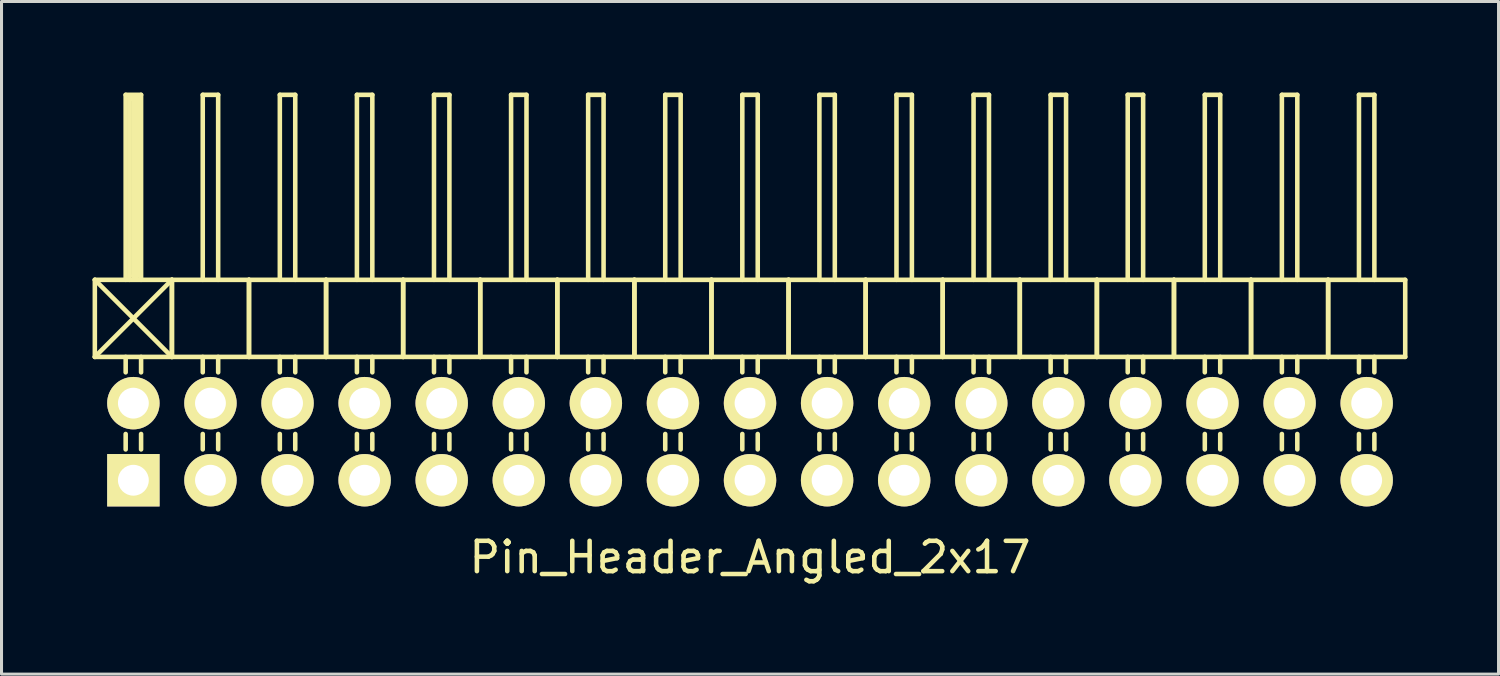
<source format=kicad_pcb>
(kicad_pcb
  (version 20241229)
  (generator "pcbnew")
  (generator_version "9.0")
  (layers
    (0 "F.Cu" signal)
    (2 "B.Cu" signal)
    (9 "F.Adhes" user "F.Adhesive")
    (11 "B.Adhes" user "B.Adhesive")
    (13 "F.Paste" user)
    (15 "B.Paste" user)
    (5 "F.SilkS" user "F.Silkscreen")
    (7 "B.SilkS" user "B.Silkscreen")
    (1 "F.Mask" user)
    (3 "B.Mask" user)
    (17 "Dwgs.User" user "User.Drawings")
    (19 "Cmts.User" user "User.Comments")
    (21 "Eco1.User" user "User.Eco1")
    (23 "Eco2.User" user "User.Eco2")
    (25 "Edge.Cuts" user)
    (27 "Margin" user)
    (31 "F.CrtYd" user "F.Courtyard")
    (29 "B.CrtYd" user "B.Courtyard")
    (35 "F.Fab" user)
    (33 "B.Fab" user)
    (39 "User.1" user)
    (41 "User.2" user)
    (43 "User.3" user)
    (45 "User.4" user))
  (footprint "Pin_Header_Angled_2x17"
    (layer "F.Cu")
    (at 21.665 11.505)
    (property "Reference" "Pin_Header_Angled_2x17" (at 0 3.81 0) (layer "F.SilkS") (effects (font (size 1 1) (thickness 0.15))))
    (attr through_hole)
    (fp_line (start -21.59 -5.334) (end -19.05 -2.794) (stroke (width 0.15) (type solid)) (layer "F.SilkS"))
    (fp_line (start -21.59 -2.794) (end -21.59 -5.334) (stroke (width 0.15) (type solid)) (layer "F.SilkS"))
    (fp_line (start -21.59 -2.794) (end -19.05 -5.334) (stroke (width 0.15) (type solid)) (layer "F.SilkS"))
    (fp_line (start -21.59 -2.794) (end -19.05 -2.794) (stroke (width 0.15) (type solid)) (layer "F.SilkS"))
    (fp_line (start -20.574 -11.43) (end -20.066 -11.43) (stroke (width 0.15) (type solid)) (layer "F.SilkS"))
    (fp_line (start -20.574 -5.334) (end -20.574 -11.43) (stroke (width 0.15) (type solid)) (layer "F.SilkS"))
    (fp_line (start -20.574 -2.794) (end -20.574 -2.286) (stroke (width 0.15) (type solid)) (layer "F.SilkS"))
    (fp_line (start -20.574 -0.254) (end -20.574 0.254) (stroke (width 0.15) (type solid)) (layer "F.SilkS"))
    (fp_line (start -20.447 -11.303) (end -20.193 -11.303) (stroke (width 0.15) (type solid)) (layer "F.SilkS"))
    (fp_line (start -20.447 -5.334) (end -20.447 -11.303) (stroke (width 0.15) (type solid)) (layer "F.SilkS"))
    (fp_line (start -20.32 -5.461) (end -20.32 -11.303) (stroke (width 0.15) (type solid)) (layer "F.SilkS"))
    (fp_line (start -20.193 -11.303) (end -20.193 -5.461) (stroke (width 0.15) (type solid)) (layer "F.SilkS"))
    (fp_line (start -20.193 -5.461) (end -20.32 -5.461) (stroke (width 0.15) (type solid)) (layer "F.SilkS"))
    (fp_line (start -20.066 -11.43) (end -20.066 -5.334) (stroke (width 0.15) (type solid)) (layer "F.SilkS"))
    (fp_line (start -20.066 -2.794) (end -20.066 -2.286) (stroke (width 0.15) (type solid)) (layer "F.SilkS"))
    (fp_line (start -20.066 -0.254) (end -20.066 0.254) (stroke (width 0.15) (type solid)) (layer "F.SilkS"))
    (fp_line (start -19.05 -5.334) (end -21.59 -5.334) (stroke (width 0.15) (type solid)) (layer "F.SilkS"))
    (fp_line (start -19.05 -2.794) (end -19.05 -5.334) (stroke (width 0.15) (type solid)) (layer "F.SilkS"))
    (fp_line (start -19.05 -2.794) (end -19.05 -5.334) (stroke (width 0.15) (type solid)) (layer "F.SilkS"))
    (fp_line (start -19.05 -2.794) (end -16.51 -2.794) (stroke (width 0.15) (type solid)) (layer "F.SilkS"))
    (fp_line (start -18.034 -11.43) (end -17.526 -11.43) (stroke (width 0.15) (type solid)) (layer "F.SilkS"))
    (fp_line (start -18.034 -5.334) (end -18.034 -11.43) (stroke (width 0.15) (type solid)) (layer "F.SilkS"))
    (fp_line (start -18.034 -2.794) (end -18.034 -2.286) (stroke (width 0.15) (type solid)) (layer "F.SilkS"))
    (fp_line (start -18.034 -0.254) (end -18.034 0.254) (stroke (width 0.15) (type solid)) (layer "F.SilkS"))
    (fp_line (start -17.526 -11.43) (end -17.526 -5.334) (stroke (width 0.15) (type solid)) (layer "F.SilkS"))
    (fp_line (start -17.526 -2.794) (end -17.526 -2.286) (stroke (width 0.15) (type solid)) (layer "F.SilkS"))
    (fp_line (start -17.526 -0.254) (end -17.526 0.254) (stroke (width 0.15) (type solid)) (layer "F.SilkS"))
    (fp_line (start -16.51 -5.334) (end -19.05 -5.334) (stroke (width 0.15) (type solid)) (layer "F.SilkS"))
    (fp_line (start -16.51 -2.794) (end -16.51 -5.334) (stroke (width 0.15) (type solid)) (layer "F.SilkS"))
    (fp_line (start -16.51 -2.794) (end -16.51 -5.334) (stroke (width 0.15) (type solid)) (layer "F.SilkS"))
    (fp_line (start -16.51 -2.794) (end -13.97 -2.794) (stroke (width 0.15) (type solid)) (layer "F.SilkS"))
    (fp_line (start -15.494 -11.43) (end -14.986 -11.43) (stroke (width 0.15) (type solid)) (layer "F.SilkS"))
    (fp_line (start -15.494 -5.334) (end -15.494 -11.43) (stroke (width 0.15) (type solid)) (layer "F.SilkS"))
    (fp_line (start -15.494 -2.794) (end -15.494 -2.286) (stroke (width 0.15) (type solid)) (layer "F.SilkS"))
    (fp_line (start -15.494 -0.254) (end -15.494 0.254) (stroke (width 0.15) (type solid)) (layer "F.SilkS"))
    (fp_line (start -14.986 -11.43) (end -14.986 -5.334) (stroke (width 0.15) (type solid)) (layer "F.SilkS"))
    (fp_line (start -14.986 -2.794) (end -14.986 -2.286) (stroke (width 0.15) (type solid)) (layer "F.SilkS"))
    (fp_line (start -14.986 -0.254) (end -14.986 0.254) (stroke (width 0.15) (type solid)) (layer "F.SilkS"))
    (fp_line (start -13.97 -5.334) (end -16.51 -5.334) (stroke (width 0.15) (type solid)) (layer "F.SilkS"))
    (fp_line (start -13.97 -2.794) (end -13.97 -5.334) (stroke (width 0.15) (type solid)) (layer "F.SilkS"))
    (fp_line (start -13.97 -2.794) (end -13.97 -5.334) (stroke (width 0.15) (type solid)) (layer "F.SilkS"))
    (fp_line (start -13.97 -2.794) (end -11.43 -2.794) (stroke (width 0.15) (type solid)) (layer "F.SilkS"))
    (fp_line (start -12.954 -11.43) (end -12.446 -11.43) (stroke (width 0.15) (type solid)) (layer "F.SilkS"))
    (fp_line (start -12.954 -5.334) (end -12.954 -11.43) (stroke (width 0.15) (type solid)) (layer "F.SilkS"))
    (fp_line (start -12.954 -2.794) (end -12.954 -2.286) (stroke (width 0.15) (type solid)) (layer "F.SilkS"))
    (fp_line (start -12.954 -0.254) (end -12.954 0.254) (stroke (width 0.15) (type solid)) (layer "F.SilkS"))
    (fp_line (start -12.446 -11.43) (end -12.446 -5.334) (stroke (width 0.15) (type solid)) (layer "F.SilkS"))
    (fp_line (start -12.446 -2.794) (end -12.446 -2.286) (stroke (width 0.15) (type solid)) (layer "F.SilkS"))
    (fp_line (start -12.446 -0.254) (end -12.446 0.254) (stroke (width 0.15) (type solid)) (layer "F.SilkS"))
    (fp_line (start -11.43 -5.334) (end -13.97 -5.334) (stroke (width 0.15) (type solid)) (layer "F.SilkS"))
    (fp_line (start -11.43 -2.794) (end -11.43 -5.334) (stroke (width 0.15) (type solid)) (layer "F.SilkS"))
    (fp_line (start -11.43 -2.794) (end -11.43 -5.334) (stroke (width 0.15) (type solid)) (layer "F.SilkS"))
    (fp_line (start -11.43 -2.794) (end -8.89 -2.794) (stroke (width 0.15) (type solid)) (layer "F.SilkS"))
    (fp_line (start -10.414 -11.43) (end -9.906 -11.43) (stroke (width 0.15) (type solid)) (layer "F.SilkS"))
    (fp_line (start -10.414 -5.334) (end -10.414 -11.43) (stroke (width 0.15) (type solid)) (layer "F.SilkS"))
    (fp_line (start -10.414 -2.794) (end -10.414 -2.286) (stroke (width 0.15) (type solid)) (layer "F.SilkS"))
    (fp_line (start -10.414 -0.254) (end -10.414 0.254) (stroke (width 0.15) (type solid)) (layer "F.SilkS"))
    (fp_line (start -9.906 -11.43) (end -9.906 -5.334) (stroke (width 0.15) (type solid)) (layer "F.SilkS"))
    (fp_line (start -9.906 -2.794) (end -9.906 -2.286) (stroke (width 0.15) (type solid)) (layer "F.SilkS"))
    (fp_line (start -9.906 -0.254) (end -9.906 0.254) (stroke (width 0.15) (type solid)) (layer "F.SilkS"))
    (fp_line (start -8.89 -5.334) (end -11.43 -5.334) (stroke (width 0.15) (type solid)) (layer "F.SilkS"))
    (fp_line (start -8.89 -2.794) (end -8.89 -5.334) (stroke (width 0.15) (type solid)) (layer "F.SilkS"))
    (fp_line (start -8.89 -2.794) (end -8.89 -5.334) (stroke (width 0.15) (type solid)) (layer "F.SilkS"))
    (fp_line (start -8.89 -2.794) (end -6.35 -2.794) (stroke (width 0.15) (type solid)) (layer "F.SilkS"))
    (fp_line (start -7.874 -11.43) (end -7.366 -11.43) (stroke (width 0.15) (type solid)) (layer "F.SilkS"))
    (fp_line (start -7.874 -5.334) (end -7.874 -11.43) (stroke (width 0.15) (type solid)) (layer "F.SilkS"))
    (fp_line (start -7.874 -2.794) (end -7.874 -2.286) (stroke (width 0.15) (type solid)) (layer "F.SilkS"))
    (fp_line (start -7.874 -0.254) (end -7.874 0.254) (stroke (width 0.15) (type solid)) (layer "F.SilkS"))
    (fp_line (start -7.366 -11.43) (end -7.366 -5.334) (stroke (width 0.15) (type solid)) (layer "F.SilkS"))
    (fp_line (start -7.366 -2.794) (end -7.366 -2.286) (stroke (width 0.15) (type solid)) (layer "F.SilkS"))
    (fp_line (start -7.366 -0.254) (end -7.366 0.254) (stroke (width 0.15) (type solid)) (layer "F.SilkS"))
    (fp_line (start -6.35 -5.334) (end -8.89 -5.334) (stroke (width 0.15) (type solid)) (layer "F.SilkS"))
    (fp_line (start -6.35 -2.794) (end -6.35 -5.334) (stroke (width 0.15) (type solid)) (layer "F.SilkS"))
    (fp_line (start -6.35 -2.794) (end -6.35 -5.334) (stroke (width 0.15) (type solid)) (layer "F.SilkS"))
    (fp_line (start -6.35 -2.794) (end -3.81 -2.794) (stroke (width 0.15) (type solid)) (layer "F.SilkS"))
    (fp_line (start -5.334 -11.43) (end -4.826 -11.43) (stroke (width 0.15) (type solid)) (layer "F.SilkS"))
    (fp_line (start -5.334 -5.334) (end -5.334 -11.43) (stroke (width 0.15) (type solid)) (layer "F.SilkS"))
    (fp_line (start -5.334 -2.794) (end -5.334 -2.286) (stroke (width 0.15) (type solid)) (layer "F.SilkS"))
    (fp_line (start -5.334 -0.254) (end -5.334 0.254) (stroke (width 0.15) (type solid)) (layer "F.SilkS"))
    (fp_line (start -4.826 -11.43) (end -4.826 -5.334) (stroke (width 0.15) (type solid)) (layer "F.SilkS"))
    (fp_line (start -4.826 -2.794) (end -4.826 -2.286) (stroke (width 0.15) (type solid)) (layer "F.SilkS"))
    (fp_line (start -4.826 -0.254) (end -4.826 0.254) (stroke (width 0.15) (type solid)) (layer "F.SilkS"))
    (fp_line (start -3.81 -5.334) (end -6.35 -5.334) (stroke (width 0.15) (type solid)) (layer "F.SilkS"))
    (fp_line (start -3.81 -2.794) (end -3.81 -5.334) (stroke (width 0.15) (type solid)) (layer "F.SilkS"))
    (fp_line (start -3.81 -2.794) (end -3.81 -5.334) (stroke (width 0.15) (type solid)) (layer "F.SilkS"))
    (fp_line (start -3.81 -2.794) (end -1.27 -2.794) (stroke (width 0.15) (type solid)) (layer "F.SilkS"))
    (fp_line (start -2.794 -11.43) (end -2.286 -11.43) (stroke (width 0.15) (type solid)) (layer "F.SilkS"))
    (fp_line (start -2.794 -5.334) (end -2.794 -11.43) (stroke (width 0.15) (type solid)) (layer "F.SilkS"))
    (fp_line (start -2.794 -2.794) (end -2.794 -2.286) (stroke (width 0.15) (type solid)) (layer "F.SilkS"))
    (fp_line (start -2.794 -0.254) (end -2.794 0.254) (stroke (width 0.15) (type solid)) (layer "F.SilkS"))
    (fp_line (start -2.286 -11.43) (end -2.286 -5.334) (stroke (width 0.15) (type solid)) (layer "F.SilkS"))
    (fp_line (start -2.286 -2.794) (end -2.286 -2.286) (stroke (width 0.15) (type solid)) (layer "F.SilkS"))
    (fp_line (start -2.286 -0.254) (end -2.286 0.254) (stroke (width 0.15) (type solid)) (layer "F.SilkS"))
    (fp_line (start -1.27 -5.334) (end -3.81 -5.334) (stroke (width 0.15) (type solid)) (layer "F.SilkS"))
    (fp_line (start -1.27 -2.794) (end -1.27 -5.334) (stroke (width 0.15) (type solid)) (layer "F.SilkS"))
    (fp_line (start -1.27 -2.794) (end -1.27 -5.334) (stroke (width 0.15) (type solid)) (layer "F.SilkS"))
    (fp_line (start -1.27 -2.794) (end 1.27 -2.794) (stroke (width 0.15) (type solid)) (layer "F.SilkS"))
    (fp_line (start -0.254 -11.43) (end 0.254 -11.43) (stroke (width 0.15) (type solid)) (layer "F.SilkS"))
    (fp_line (start -0.254 -5.334) (end -0.254 -11.43) (stroke (width 0.15) (type solid)) (layer "F.SilkS"))
    (fp_line (start -0.254 -2.794) (end -0.254 -2.286) (stroke (width 0.15) (type solid)) (layer "F.SilkS"))
    (fp_line (start -0.254 -0.254) (end -0.254 0.254) (stroke (width 0.15) (type solid)) (layer "F.SilkS"))
    (fp_line (start 0.254 -11.43) (end 0.254 -5.334) (stroke (width 0.15) (type solid)) (layer "F.SilkS"))
    (fp_line (start 0.254 -2.794) (end 0.254 -2.286) (stroke (width 0.15) (type solid)) (layer "F.SilkS"))
    (fp_line (start 0.254 -0.254) (end 0.254 0.254) (stroke (width 0.15) (type solid)) (layer "F.SilkS"))
    (fp_line (start 1.27 -5.334) (end -1.27 -5.334) (stroke (width 0.15) (type solid)) (layer "F.SilkS"))
    (fp_line (start 1.27 -2.794) (end 1.27 -5.334) (stroke (width 0.15) (type solid)) (layer "F.SilkS"))
    (fp_line (start 1.27 -2.794) (end 1.27 -5.334) (stroke (width 0.15) (type solid)) (layer "F.SilkS"))
    (fp_line (start 1.27 -2.794) (end 3.81 -2.794) (stroke (width 0.15) (type solid)) (layer "F.SilkS"))
    (fp_line (start 2.286 -11.43) (end 2.794 -11.43) (stroke (width 0.15) (type solid)) (layer "F.SilkS"))
    (fp_line (start 2.286 -5.334) (end 2.286 -11.43) (stroke (width 0.15) (type solid)) (layer "F.SilkS"))
    (fp_line (start 2.286 -2.794) (end 2.286 -2.286) (stroke (width 0.15) (type solid)) (layer "F.SilkS"))
    (fp_line (start 2.286 -0.254) (end 2.286 0.254) (stroke (width 0.15) (type solid)) (layer "F.SilkS"))
    (fp_line (start 2.794 -11.43) (end 2.794 -5.334) (stroke (width 0.15) (type solid)) (layer "F.SilkS"))
    (fp_line (start 2.794 -2.794) (end 2.794 -2.286) (stroke (width 0.15) (type solid)) (layer "F.SilkS"))
    (fp_line (start 2.794 -0.254) (end 2.794 0.254) (stroke (width 0.15) (type solid)) (layer "F.SilkS"))
    (fp_line (start 3.81 -5.334) (end 1.27 -5.334) (stroke (width 0.15) (type solid)) (layer "F.SilkS"))
    (fp_line (start 3.81 -2.794) (end 3.81 -5.334) (stroke (width 0.15) (type solid)) (layer "F.SilkS"))
    (fp_line (start 3.81 -2.794) (end 3.81 -5.334) (stroke (width 0.15) (type solid)) (layer "F.SilkS"))
    (fp_line (start 3.81 -2.794) (end 6.35 -2.794) (stroke (width 0.15) (type solid)) (layer "F.SilkS"))
    (fp_line (start 4.826 -11.43) (end 5.334 -11.43) (stroke (width 0.15) (type solid)) (layer "F.SilkS"))
    (fp_line (start 4.826 -5.334) (end 4.826 -11.43) (stroke (width 0.15) (type solid)) (layer "F.SilkS"))
    (fp_line (start 4.826 -2.794) (end 4.826 -2.286) (stroke (width 0.15) (type solid)) (layer "F.SilkS"))
    (fp_line (start 4.826 -0.254) (end 4.826 0.254) (stroke (width 0.15) (type solid)) (layer "F.SilkS"))
    (fp_line (start 5.334 -11.43) (end 5.334 -5.334) (stroke (width 0.15) (type solid)) (layer "F.SilkS"))
    (fp_line (start 5.334 -2.794) (end 5.334 -2.286) (stroke (width 0.15) (type solid)) (layer "F.SilkS"))
    (fp_line (start 5.334 -0.254) (end 5.334 0.254) (stroke (width 0.15) (type solid)) (layer "F.SilkS"))
    (fp_line (start 6.35 -5.334) (end 3.81 -5.334) (stroke (width 0.15) (type solid)) (layer "F.SilkS"))
    (fp_line (start 6.35 -2.794) (end 6.35 -5.334) (stroke (width 0.15) (type solid)) (layer "F.SilkS"))
    (fp_line (start 6.35 -2.794) (end 6.35 -5.334) (stroke (width 0.15) (type solid)) (layer "F.SilkS"))
    (fp_line (start 6.35 -2.794) (end 8.89 -2.794) (stroke (width 0.15) (type solid)) (layer "F.SilkS"))
    (fp_line (start 7.366 -11.43) (end 7.874 -11.43) (stroke (width 0.15) (type solid)) (layer "F.SilkS"))
    (fp_line (start 7.366 -5.334) (end 7.366 -11.43) (stroke (width 0.15) (type solid)) (layer "F.SilkS"))
    (fp_line (start 7.366 -2.794) (end 7.366 -2.286) (stroke (width 0.15) (type solid)) (layer "F.SilkS"))
    (fp_line (start 7.366 -0.254) (end 7.366 0.254) (stroke (width 0.15) (type solid)) (layer "F.SilkS"))
    (fp_line (start 7.874 -11.43) (end 7.874 -5.334) (stroke (width 0.15) (type solid)) (layer "F.SilkS"))
    (fp_line (start 7.874 -2.794) (end 7.874 -2.286) (stroke (width 0.15) (type solid)) (layer "F.SilkS"))
    (fp_line (start 7.874 -0.254) (end 7.874 0.254) (stroke (width 0.15) (type solid)) (layer "F.SilkS"))
    (fp_line (start 8.89 -5.334) (end 6.35 -5.334) (stroke (width 0.15) (type solid)) (layer "F.SilkS"))
    (fp_line (start 8.89 -2.794) (end 8.89 -5.334) (stroke (width 0.15) (type solid)) (layer "F.SilkS"))
    (fp_line (start 8.89 -2.794) (end 8.89 -5.334) (stroke (width 0.15) (type solid)) (layer "F.SilkS"))
    (fp_line (start 8.89 -2.794) (end 11.43 -2.794) (stroke (width 0.15) (type solid)) (layer "F.SilkS"))
    (fp_line (start 9.906 -11.43) (end 10.414 -11.43) (stroke (width 0.15) (type solid)) (layer "F.SilkS"))
    (fp_line (start 9.906 -5.334) (end 9.906 -11.43) (stroke (width 0.15) (type solid)) (layer "F.SilkS"))
    (fp_line (start 9.906 -2.794) (end 9.906 -2.286) (stroke (width 0.15) (type solid)) (layer "F.SilkS"))
    (fp_line (start 9.906 -0.254) (end 9.906 0.254) (stroke (width 0.15) (type solid)) (layer "F.SilkS"))
    (fp_line (start 10.414 -11.43) (end 10.414 -5.334) (stroke (width 0.15) (type solid)) (layer "F.SilkS"))
    (fp_line (start 10.414 -2.794) (end 10.414 -2.286) (stroke (width 0.15) (type solid)) (layer "F.SilkS"))
    (fp_line (start 10.414 -0.254) (end 10.414 0.254) (stroke (width 0.15) (type solid)) (layer "F.SilkS"))
    (fp_line (start 11.43 -5.334) (end 8.89 -5.334) (stroke (width 0.15) (type solid)) (layer "F.SilkS"))
    (fp_line (start 11.43 -2.794) (end 11.43 -5.334) (stroke (width 0.15) (type solid)) (layer "F.SilkS"))
    (fp_line (start 11.43 -2.794) (end 11.43 -5.334) (stroke (width 0.15) (type solid)) (layer "F.SilkS"))
    (fp_line (start 11.43 -2.794) (end 13.97 -2.794) (stroke (width 0.15) (type solid)) (layer "F.SilkS"))
    (fp_line (start 12.446 -11.43) (end 12.954 -11.43) (stroke (width 0.15) (type solid)) (layer "F.SilkS"))
    (fp_line (start 12.446 -5.334) (end 12.446 -11.43) (stroke (width 0.15) (type solid)) (layer "F.SilkS"))
    (fp_line (start 12.446 -2.794) (end 12.446 -2.286) (stroke (width 0.15) (type solid)) (layer "F.SilkS"))
    (fp_line (start 12.446 -0.254) (end 12.446 0.254) (stroke (width 0.15) (type solid)) (layer "F.SilkS"))
    (fp_line (start 12.954 -11.43) (end 12.954 -5.334) (stroke (width 0.15) (type solid)) (layer "F.SilkS"))
    (fp_line (start 12.954 -2.794) (end 12.954 -2.286) (stroke (width 0.15) (type solid)) (layer "F.SilkS"))
    (fp_line (start 12.954 -0.254) (end 12.954 0.254) (stroke (width 0.15) (type solid)) (layer "F.SilkS"))
    (fp_line (start 13.97 -5.334) (end 11.43 -5.334) (stroke (width 0.15) (type solid)) (layer "F.SilkS"))
    (fp_line (start 13.97 -2.794) (end 13.97 -5.334) (stroke (width 0.15) (type solid)) (layer "F.SilkS"))
    (fp_line (start 13.97 -2.794) (end 13.97 -5.334) (stroke (width 0.15) (type solid)) (layer "F.SilkS"))
    (fp_line (start 13.97 -2.794) (end 16.51 -2.794) (stroke (width 0.15) (type solid)) (layer "F.SilkS"))
    (fp_line (start 14.986 -11.43) (end 15.494 -11.43) (stroke (width 0.15) (type solid)) (layer "F.SilkS"))
    (fp_line (start 14.986 -5.334) (end 14.986 -11.43) (stroke (width 0.15) (type solid)) (layer "F.SilkS"))
    (fp_line (start 14.986 -2.794) (end 14.986 -2.286) (stroke (width 0.15) (type solid)) (layer "F.SilkS"))
    (fp_line (start 14.986 -0.254) (end 14.986 0.254) (stroke (width 0.15) (type solid)) (layer "F.SilkS"))
    (fp_line (start 15.494 -11.43) (end 15.494 -5.334) (stroke (width 0.15) (type solid)) (layer "F.SilkS"))
    (fp_line (start 15.494 -2.794) (end 15.494 -2.286) (stroke (width 0.15) (type solid)) (layer "F.SilkS"))
    (fp_line (start 15.494 -0.254) (end 15.494 0.254) (stroke (width 0.15) (type solid)) (layer "F.SilkS"))
    (fp_line (start 16.51 -5.334) (end 13.97 -5.334) (stroke (width 0.15) (type solid)) (layer "F.SilkS"))
    (fp_line (start 16.51 -2.794) (end 16.51 -5.334) (stroke (width 0.15) (type solid)) (layer "F.SilkS"))
    (fp_line (start 16.51 -2.794) (end 16.51 -5.334) (stroke (width 0.15) (type solid)) (layer "F.SilkS"))
    (fp_line (start 16.51 -2.794) (end 19.05 -2.794) (stroke (width 0.15) (type solid)) (layer "F.SilkS"))
    (fp_line (start 17.526 -11.43) (end 18.034 -11.43) (stroke (width 0.15) (type solid)) (layer "F.SilkS"))
    (fp_line (start 17.526 -5.334) (end 17.526 -11.43) (stroke (width 0.15) (type solid)) (layer "F.SilkS"))
    (fp_line (start 17.526 -2.794) (end 17.526 -2.286) (stroke (width 0.15) (type solid)) (layer "F.SilkS"))
    (fp_line (start 17.526 -0.254) (end 17.526 0.254) (stroke (width 0.15) (type solid)) (layer "F.SilkS"))
    (fp_line (start 18.034 -11.43) (end 18.034 -5.334) (stroke (width 0.15) (type solid)) (layer "F.SilkS"))
    (fp_line (start 18.034 -2.794) (end 18.034 -2.286) (stroke (width 0.15) (type solid)) (layer "F.SilkS"))
    (fp_line (start 18.034 -0.254) (end 18.034 0.254) (stroke (width 0.15) (type solid)) (layer "F.SilkS"))
    (fp_line (start 19.05 -5.334) (end 16.51 -5.334) (stroke (width 0.15) (type solid)) (layer "F.SilkS"))
    (fp_line (start 19.05 -2.794) (end 19.05 -5.334) (stroke (width 0.15) (type solid)) (layer "F.SilkS"))
    (fp_line (start 19.05 -2.794) (end 19.05 -5.334) (stroke (width 0.15) (type solid)) (layer "F.SilkS"))
    (fp_line (start 19.05 -2.794) (end 21.59 -2.794) (stroke (width 0.15) (type solid)) (layer "F.SilkS"))
    (fp_line (start 20.066 -11.43) (end 20.574 -11.43) (stroke (width 0.15) (type solid)) (layer "F.SilkS"))
    (fp_line (start 20.066 -5.334) (end 20.066 -11.43) (stroke (width 0.15) (type solid)) (layer "F.SilkS"))
    (fp_line (start 20.066 -2.794) (end 20.066 -2.286) (stroke (width 0.15) (type solid)) (layer "F.SilkS"))
    (fp_line (start 20.066 -0.254) (end 20.066 0.254) (stroke (width 0.15) (type solid)) (layer "F.SilkS"))
    (fp_line (start 20.574 -11.43) (end 20.574 -5.334) (stroke (width 0.15) (type solid)) (layer "F.SilkS"))
    (fp_line (start 20.574 -2.794) (end 20.574 -2.286) (stroke (width 0.15) (type solid)) (layer "F.SilkS"))
    (fp_line (start 20.574 -0.254) (end 20.574 0.254) (stroke (width 0.15) (type solid)) (layer "F.SilkS"))
    (fp_line (start 21.59 -5.334) (end 19.05 -5.334) (stroke (width 0.15) (type solid)) (layer "F.SilkS"))
    (fp_line (start 21.59 -2.794) (end 21.59 -5.334) (stroke (width 0.15) (type solid)) (layer "F.SilkS"))
    (pad "1" thru_hole rect (at -20.32 1.27) (size 1.727 1.727) (drill 1.016) (layers "*.Cu" "*.Mask" "F.SilkS"))
    (pad "2" thru_hole oval (at -20.32 -1.27) (size 1.727 1.727) (drill 1.016) (layers "*.Cu" "*.Mask" "F.SilkS"))
    (pad "3" thru_hole oval (at -17.78 1.27) (size 1.727 1.727) (drill 1.016) (layers "*.Cu" "*.Mask" "F.SilkS"))
    (pad "4" thru_hole oval (at -17.78 -1.27) (size 1.727 1.727) (drill 1.016) (layers "*.Cu" "*.Mask" "F.SilkS"))
    (pad "5" thru_hole oval (at -15.24 1.27) (size 1.727 1.727) (drill 1.016) (layers "*.Cu" "*.Mask" "F.SilkS"))
    (pad "6" thru_hole oval (at -15.24 -1.27) (size 1.727 1.727) (drill 1.016) (layers "*.Cu" "*.Mask" "F.SilkS"))
    (pad "7" thru_hole oval (at -12.7 1.27) (size 1.727 1.727) (drill 1.016) (layers "*.Cu" "*.Mask" "F.SilkS"))
    (pad "8" thru_hole oval (at -12.7 -1.27) (size 1.727 1.727) (drill 1.016) (layers "*.Cu" "*.Mask" "F.SilkS"))
    (pad "9" thru_hole oval (at -10.16 1.27) (size 1.727 1.727) (drill 1.016) (layers "*.Cu" "*.Mask" "F.SilkS"))
    (pad "10" thru_hole oval (at -10.16 -1.27) (size 1.727 1.727) (drill 1.016) (layers "*.Cu" "*.Mask" "F.SilkS"))
    (pad "11" thru_hole oval (at -7.62 1.27) (size 1.727 1.727) (drill 1.016) (layers "*.Cu" "*.Mask" "F.SilkS"))
    (pad "12" thru_hole oval (at -7.62 -1.27) (size 1.727 1.727) (drill 1.016) (layers "*.Cu" "*.Mask" "F.SilkS"))
    (pad "13" thru_hole oval (at -5.08 1.27) (size 1.727 1.727) (drill 1.016) (layers "*.Cu" "*.Mask" "F.SilkS"))
    (pad "14" thru_hole oval (at -5.08 -1.27) (size 1.727 1.727) (drill 1.016) (layers "*.Cu" "*.Mask" "F.SilkS"))
    (pad "15" thru_hole oval (at -2.54 1.27) (size 1.727 1.727) (drill 1.016) (layers "*.Cu" "*.Mask" "F.SilkS"))
    (pad "16" thru_hole oval (at -2.54 -1.27) (size 1.727 1.727) (drill 1.016) (layers "*.Cu" "*.Mask" "F.SilkS"))
    (pad "17" thru_hole oval (at 0 1.27) (size 1.727 1.727) (drill 1.016) (layers "*.Cu" "*.Mask" "F.SilkS"))
    (pad "18" thru_hole oval (at 0 -1.27) (size 1.727 1.727) (drill 1.016) (layers "*.Cu" "*.Mask" "F.SilkS"))
    (pad "19" thru_hole oval (at 2.54 1.27) (size 1.727 1.727) (drill 1.016) (layers "*.Cu" "*.Mask" "F.SilkS"))
    (pad "20" thru_hole oval (at 2.54 -1.27) (size 1.727 1.727) (drill 1.016) (layers "*.Cu" "*.Mask" "F.SilkS"))
    (pad "21" thru_hole oval (at 5.08 1.27) (size 1.727 1.727) (drill 1.016) (layers "*.Cu" "*.Mask" "F.SilkS"))
    (pad "22" thru_hole oval (at 5.08 -1.27) (size 1.727 1.727) (drill 1.016) (layers "*.Cu" "*.Mask" "F.SilkS"))
    (pad "23" thru_hole oval (at 7.62 1.27) (size 1.727 1.727) (drill 1.016) (layers "*.Cu" "*.Mask" "F.SilkS"))
    (pad "24" thru_hole oval (at 7.62 -1.27) (size 1.727 1.727) (drill 1.016) (layers "*.Cu" "*.Mask" "F.SilkS"))
    (pad "25" thru_hole oval (at 10.16 1.27) (size 1.727 1.727) (drill 1.016) (layers "*.Cu" "*.Mask" "F.SilkS"))
    (pad "26" thru_hole oval (at 10.16 -1.27) (size 1.727 1.727) (drill 1.016) (layers "*.Cu" "*.Mask" "F.SilkS"))
    (pad "27" thru_hole oval (at 12.7 1.27) (size 1.727 1.727) (drill 1.016) (layers "*.Cu" "*.Mask" "F.SilkS"))
    (pad "28" thru_hole oval (at 12.7 -1.27) (size 1.727 1.727) (drill 1.016) (layers "*.Cu" "*.Mask" "F.SilkS"))
    (pad "29" thru_hole oval (at 15.24 1.27) (size 1.727 1.727) (drill 1.016) (layers "*.Cu" "*.Mask" "F.SilkS"))
    (pad "30" thru_hole oval (at 15.24 -1.27) (size 1.727 1.727) (drill 1.016) (layers "*.Cu" "*.Mask" "F.SilkS"))
    (pad "31" thru_hole oval (at 17.78 1.27) (size 1.727 1.727) (drill 1.016) (layers "*.Cu" "*.Mask" "F.SilkS"))
    (pad "32" thru_hole oval (at 17.78 -1.27) (size 1.727 1.727) (drill 1.016) (layers "*.Cu" "*.Mask" "F.SilkS"))
    (pad "33" thru_hole oval (at 20.32 1.27) (size 1.727 1.727) (drill 1.016) (layers "*.Cu" "*.Mask" "F.SilkS"))
    (pad "34" thru_hole oval (at 20.32 -1.27) (size 1.727 1.727) (drill 1.016) (layers "*.Cu" "*.Mask" "F.SilkS")))
  (gr_rect
    (start -3 -3)
    (end 46.33 19.163)
    (stroke (width 0.1) (type default))
    (fill no)
    (layer "Edge.Cuts")))
</source>
